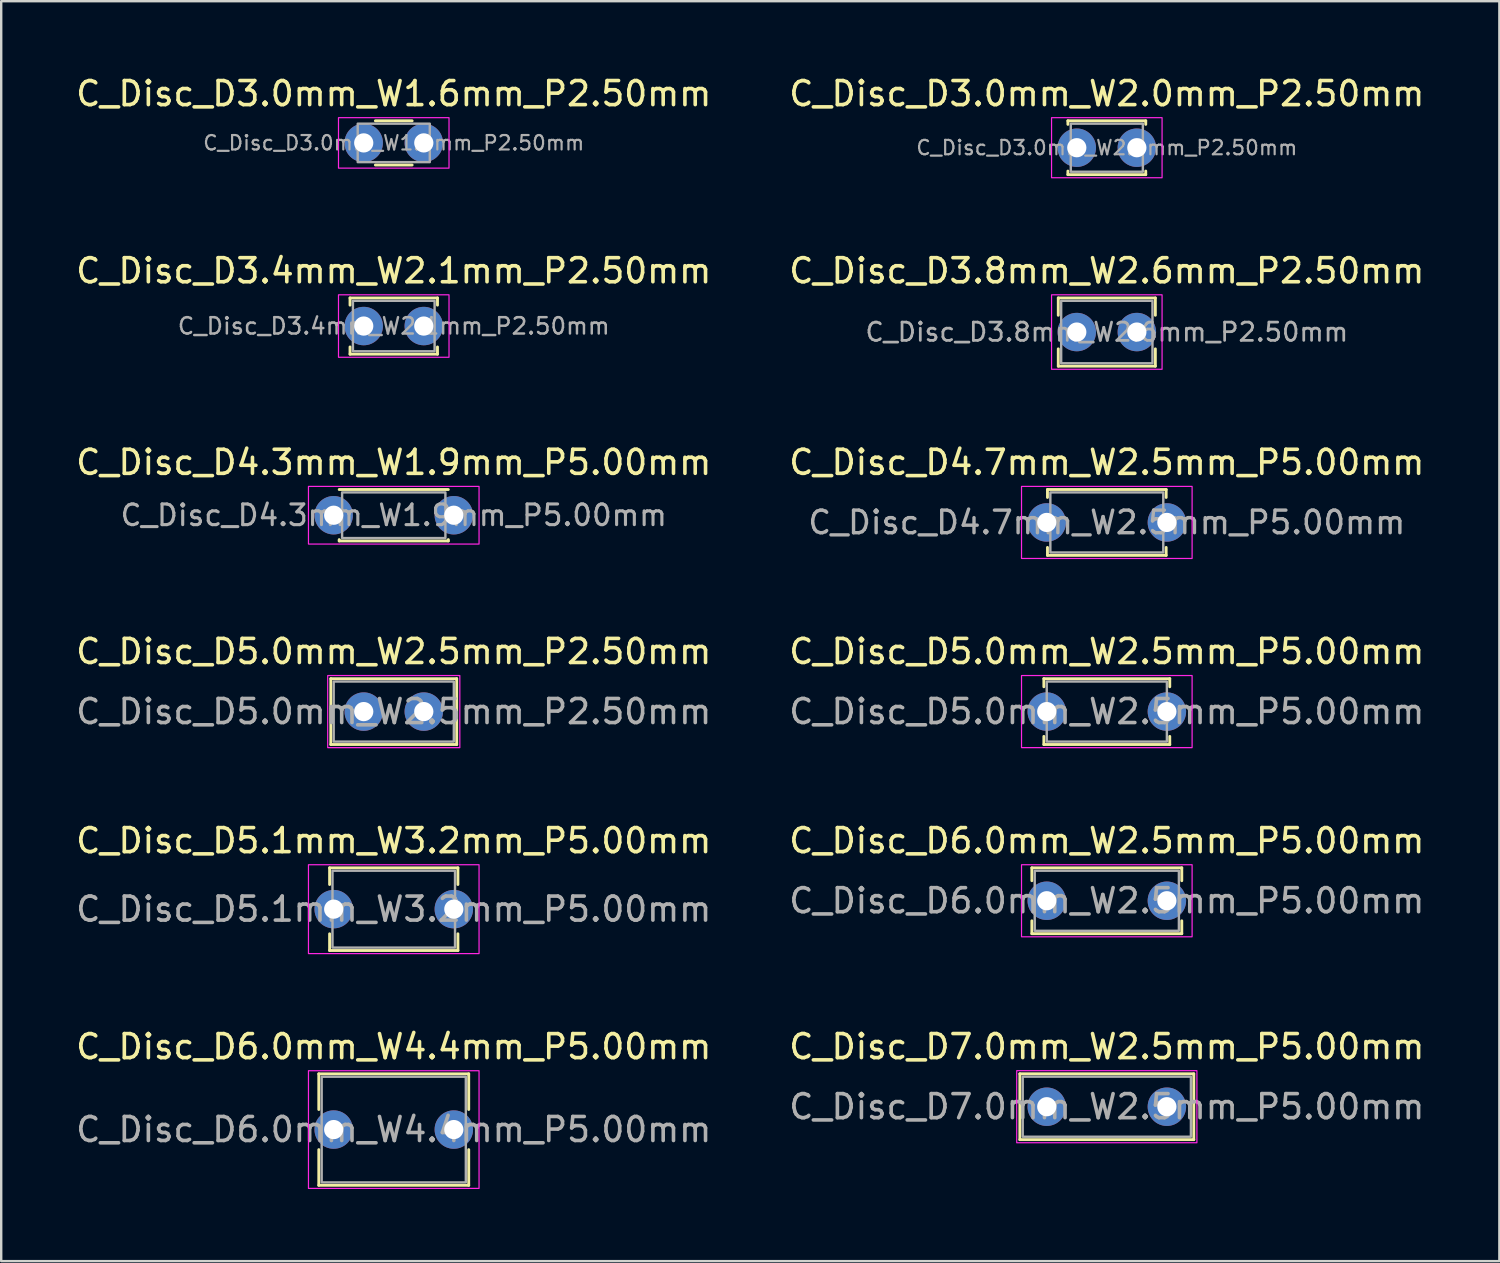
<source format=kicad_pcb>
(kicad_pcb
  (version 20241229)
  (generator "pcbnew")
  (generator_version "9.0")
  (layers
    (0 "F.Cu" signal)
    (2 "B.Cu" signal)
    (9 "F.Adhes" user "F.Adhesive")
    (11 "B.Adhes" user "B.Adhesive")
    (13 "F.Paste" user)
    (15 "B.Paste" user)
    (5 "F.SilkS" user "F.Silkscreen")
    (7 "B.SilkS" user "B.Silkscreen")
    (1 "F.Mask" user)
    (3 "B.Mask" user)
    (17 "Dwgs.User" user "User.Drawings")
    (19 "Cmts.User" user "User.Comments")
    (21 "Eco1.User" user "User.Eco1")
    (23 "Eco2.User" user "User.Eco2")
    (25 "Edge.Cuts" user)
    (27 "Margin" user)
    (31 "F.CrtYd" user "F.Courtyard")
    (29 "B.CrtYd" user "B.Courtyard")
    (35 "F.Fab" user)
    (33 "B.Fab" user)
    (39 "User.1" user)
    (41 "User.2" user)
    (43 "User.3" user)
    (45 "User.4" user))
  (footprint "C_Disc_D6.0mm_W4.4mm_P5.00mm"
    (layer "F.Cu")
    (at 10.839 43.965)
    (property "Reference" "C_Disc_D6.0mm_W4.4mm_P5.00mm" (at 2.5 -3.45 0) (layer "F.SilkS") (effects (font (size 1 1) (thickness 0.15))))
    (attr through_hole)
    (fp_line (start -0.62 -2.32) (end -0.62 -0.835) (stroke (width 0.12) (type solid)) (layer "F.SilkS"))
    (fp_line (start -0.62 -2.32) (end 5.62 -2.32) (stroke (width 0.12) (type solid)) (layer "F.SilkS"))
    (fp_line (start -0.62 0.835) (end -0.62 2.32) (stroke (width 0.12) (type solid)) (layer "F.SilkS"))
    (fp_line (start -0.62 2.32) (end 5.62 2.32) (stroke (width 0.12) (type solid)) (layer "F.SilkS"))
    (fp_line (start 5.62 -2.32) (end 5.62 -0.835) (stroke (width 0.12) (type solid)) (layer "F.SilkS"))
    (fp_line (start 5.62 0.835) (end 5.62 2.32) (stroke (width 0.12) (type solid)) (layer "F.SilkS"))
    (fp_rect (start -1.05 -2.45) (end 6.05 2.45) (stroke (width 0.05) (type solid)) (fill no) (layer "F.CrtYd"))
    (fp_rect (start -0.5 -2.2) (end 5.5 2.2) (stroke (width 0.1) (type solid)) (fill no) (layer "F.Fab"))
    (fp_text user "${REFERENCE}" (at 2.5 0 0) (layer "F.Fab") (effects (font (size 1 1) (thickness 0.15))))
    (pad "1" thru_hole circle (at 0 0) (size 1.6 1.6) (drill 0.8) (layers "*.Cu" "*.Mask"))
    (pad "2" thru_hole circle (at 5 0) (size 1.6 1.6) (drill 0.8) (layers "*.Cu" "*.Mask")))
  (footprint "C_Disc_D5.0mm_W2.5mm_P5.00mm"
    (layer "F.Cu")
    (at 40.518 26.568)
    (property "Reference" "C_Disc_D5.0mm_W2.5mm_P5.00mm" (at 2.5 -2.5 0) (layer "F.SilkS") (effects (font (size 1 1) (thickness 0.15))))
    (attr through_hole)
    (fp_line (start -0.12 -1.37) (end -0.12 -1.033) (stroke (width 0.12) (type solid)) (layer "F.SilkS"))
    (fp_line (start -0.12 -1.37) (end 5.12 -1.37) (stroke (width 0.12) (type solid)) (layer "F.SilkS"))
    (fp_line (start -0.12 1.033) (end -0.12 1.37) (stroke (width 0.12) (type solid)) (layer "F.SilkS"))
    (fp_line (start -0.12 1.37) (end 5.12 1.37) (stroke (width 0.12) (type solid)) (layer "F.SilkS"))
    (fp_line (start 5.12 -1.37) (end 5.12 -1.033) (stroke (width 0.12) (type solid)) (layer "F.SilkS"))
    (fp_line (start 5.12 1.033) (end 5.12 1.37) (stroke (width 0.12) (type solid)) (layer "F.SilkS"))
    (fp_rect (start -1.05 -1.5) (end 6.05 1.5) (stroke (width 0.05) (type solid)) (fill no) (layer "F.CrtYd"))
    (fp_rect (start 0 -1.25) (end 5 1.25) (stroke (width 0.1) (type solid)) (fill no) (layer "F.Fab"))
    (fp_text user "${REFERENCE}" (at 2.5 0 0) (layer "F.Fab") (effects (font (size 1 1) (thickness 0.15))))
    (pad "1" thru_hole circle (at 0 0) (size 1.6 1.6) (drill 0.8) (layers "*.Cu" "*.Mask"))
    (pad "2" thru_hole circle (at 5 0) (size 1.6 1.6) (drill 0.8) (layers "*.Cu" "*.Mask")))
  (footprint "C_Disc_D3.4mm_W2.1mm_P2.50mm"
    (layer "F.Cu")
    (at 12.089 10.521)
    (property "Reference" "C_Disc_D3.4mm_W2.1mm_P2.50mm" (at 1.25 -2.3 0) (layer "F.SilkS") (effects (font (size 1 1) (thickness 0.15))))
    (attr through_hole)
    (fp_line (start -0.57 -1.17) (end -0.57 -0.87) (stroke (width 0.12) (type solid)) (layer "F.SilkS"))
    (fp_line (start -0.57 -1.17) (end 3.07 -1.17) (stroke (width 0.12) (type solid)) (layer "F.SilkS"))
    (fp_line (start -0.57 0.87) (end -0.57 1.17) (stroke (width 0.12) (type solid)) (layer "F.SilkS"))
    (fp_line (start -0.57 1.17) (end 3.07 1.17) (stroke (width 0.12) (type solid)) (layer "F.SilkS"))
    (fp_line (start 3.07 -1.17) (end 3.07 -0.87) (stroke (width 0.12) (type solid)) (layer "F.SilkS"))
    (fp_line (start 3.07 0.87) (end 3.07 1.17) (stroke (width 0.12) (type solid)) (layer "F.SilkS"))
    (fp_rect (start -1.05 -1.3) (end 3.55 1.3) (stroke (width 0.05) (type solid)) (fill no) (layer "F.CrtYd"))
    (fp_rect (start -0.45 -1.05) (end 2.95 1.05) (stroke (width 0.1) (type solid)) (fill no) (layer "F.Fab"))
    (fp_text user "${REFERENCE}" (at 1.25 0 0) (layer "F.Fab") (effects (font (size 0.68 0.68) (thickness 0.102))))
    (pad "1" thru_hole circle (at 0 0) (size 1.6 1.6) (drill 0.8) (layers "*.Cu" "*.Mask"))
    (pad "2" thru_hole circle (at 2.5 0) (size 1.6 1.6) (drill 0.8) (layers "*.Cu" "*.Mask")))
  (footprint "C_Disc_D3.0mm_W1.6mm_P2.50mm"
    (layer "F.Cu")
    (at 12.089 2.898)
    (property "Reference" "C_Disc_D3.0mm_W1.6mm_P2.50mm" (at 1.25 -2.05 0) (layer "F.SilkS") (effects (font (size 1 1) (thickness 0.15))))
    (attr through_hole)
    (fp_line (start 0.485 -0.92) (end 2.015 -0.92) (stroke (width 0.12) (type solid)) (layer "F.SilkS"))
    (fp_line (start 0.485 0.92) (end 2.015 0.92) (stroke (width 0.12) (type solid)) (layer "F.SilkS"))
    (fp_rect (start -1.05 -1.05) (end 3.55 1.05) (stroke (width 0.05) (type solid)) (fill no) (layer "F.CrtYd"))
    (fp_rect (start -0.25 -0.8) (end 2.75 0.8) (stroke (width 0.1) (type solid)) (fill no) (layer "F.Fab"))
    (fp_text user "${REFERENCE}" (at 1.25 0 0) (layer "F.Fab") (effects (font (size 0.6 0.6) (thickness 0.09))))
    (pad "1" thru_hole circle (at 0 0) (size 1.6 1.6) (drill 0.8) (layers "*.Cu" "*.Mask"))
    (pad "2" thru_hole circle (at 2.5 0) (size 1.6 1.6) (drill 0.8) (layers "*.Cu" "*.Mask")))
  (footprint "C_Disc_D4.3mm_W1.9mm_P5.00mm"
    (layer "F.Cu")
    (at 10.839 18.395)
    (property "Reference" "C_Disc_D4.3mm_W1.9mm_P5.00mm" (at 2.5 -2.2 0) (layer "F.SilkS") (effects (font (size 1 1) (thickness 0.15))))
    (attr through_hole)
    (fp_line (start 0.23 -1.07) (end 4.77 -1.07) (stroke (width 0.12) (type solid)) (layer "F.SilkS"))
    (fp_line (start 0.23 1.014) (end 0.23 1.07) (stroke (width 0.12) (type solid)) (layer "F.SilkS"))
    (fp_line (start 0.23 1.07) (end 4.77 1.07) (stroke (width 0.12) (type solid)) (layer "F.SilkS"))
    (fp_line (start 4.77 1.014) (end 4.77 1.07) (stroke (width 0.12) (type solid)) (layer "F.SilkS"))
    (fp_rect (start -1.05 -1.2) (end 6.05 1.2) (stroke (width 0.05) (type solid)) (fill no) (layer "F.CrtYd"))
    (fp_rect (start 0.35 -0.95) (end 4.65 0.95) (stroke (width 0.1) (type solid)) (fill no) (layer "F.Fab"))
    (fp_text user "${REFERENCE}" (at 2.5 0 0) (layer "F.Fab") (effects (font (size 0.86 0.86) (thickness 0.129))))
    (pad "1" thru_hole circle (at 0 0) (size 1.6 1.6) (drill 0.8) (layers "*.Cu" "*.Mask"))
    (pad "2" thru_hole circle (at 5 0) (size 1.6 1.6) (drill 0.8) (layers "*.Cu" "*.Mask")))
  (footprint "C_Disc_D5.0mm_W2.5mm_P2.50mm"
    (layer "F.Cu")
    (at 12.089 26.568)
    (property "Reference" "C_Disc_D5.0mm_W2.5mm_P2.50mm" (at 1.25 -2.5 0) (layer "F.SilkS") (effects (font (size 1 1) (thickness 0.15))))
    (attr through_hole)
    (fp_line (start -1.37 -1.37) (end -1.37 1.37) (stroke (width 0.12) (type solid)) (layer "F.SilkS"))
    (fp_line (start -1.37 -1.37) (end 3.87 -1.37) (stroke (width 0.12) (type solid)) (layer "F.SilkS"))
    (fp_line (start -1.37 1.37) (end 3.87 1.37) (stroke (width 0.12) (type solid)) (layer "F.SilkS"))
    (fp_line (start 3.87 -1.37) (end 3.87 1.37) (stroke (width 0.12) (type solid)) (layer "F.SilkS"))
    (fp_rect (start -1.5 -1.5) (end 4 1.5) (stroke (width 0.05) (type solid)) (fill no) (layer "F.CrtYd"))
    (fp_rect (start -1.25 -1.25) (end 3.75 1.25) (stroke (width 0.1) (type solid)) (fill no) (layer "F.Fab"))
    (fp_text user "${REFERENCE}" (at 1.25 0 0) (layer "F.Fab") (effects (font (size 1 1) (thickness 0.15))))
    (pad "1" thru_hole circle (at 0 0) (size 1.6 1.6) (drill 0.8) (layers "*.Cu" "*.Mask"))
    (pad "2" thru_hole circle (at 2.5 0) (size 1.6 1.6) (drill 0.8) (layers "*.Cu" "*.Mask")))
  (footprint "C_Disc_D5.1mm_W3.2mm_P5.00mm"
    (layer "F.Cu")
    (at 10.839 34.791)
    (property "Reference" "C_Disc_D5.1mm_W3.2mm_P5.00mm" (at 2.5 -2.85 0) (layer "F.SilkS") (effects (font (size 1 1) (thickness 0.15))))
    (attr through_hole)
    (fp_line (start -0.17 -1.72) (end -0.17 -1.026) (stroke (width 0.12) (type solid)) (layer "F.SilkS"))
    (fp_line (start -0.17 -1.72) (end 5.17 -1.72) (stroke (width 0.12) (type solid)) (layer "F.SilkS"))
    (fp_line (start -0.17 1.026) (end -0.17 1.72) (stroke (width 0.12) (type solid)) (layer "F.SilkS"))
    (fp_line (start -0.17 1.72) (end 5.17 1.72) (stroke (width 0.12) (type solid)) (layer "F.SilkS"))
    (fp_line (start 5.17 -1.72) (end 5.17 -1.026) (stroke (width 0.12) (type solid)) (layer "F.SilkS"))
    (fp_line (start 5.17 1.026) (end 5.17 1.72) (stroke (width 0.12) (type solid)) (layer "F.SilkS"))
    (fp_rect (start -1.05 -1.85) (end 6.05 1.85) (stroke (width 0.05) (type solid)) (fill no) (layer "F.CrtYd"))
    (fp_rect (start -0.05 -1.6) (end 5.05 1.6) (stroke (width 0.1) (type solid)) (fill no) (layer "F.Fab"))
    (fp_text user "${REFERENCE}" (at 2.5 0 0) (layer "F.Fab") (effects (font (size 1 1) (thickness 0.15))))
    (pad "1" thru_hole circle (at 0 0) (size 1.6 1.6) (drill 0.8) (layers "*.Cu" "*.Mask"))
    (pad "2" thru_hole circle (at 5 0) (size 1.6 1.6) (drill 0.8) (layers "*.Cu" "*.Mask")))
  (footprint "C_Disc_D6.0mm_W2.5mm_P5.00mm"
    (layer "F.Cu")
    (at 40.518 34.441)
    (property "Reference" "C_Disc_D6.0mm_W2.5mm_P5.00mm" (at 2.5 -2.5 0) (layer "F.SilkS") (effects (font (size 1 1) (thickness 0.15))))
    (attr through_hole)
    (fp_line (start -0.62 -1.37) (end -0.62 -0.835) (stroke (width 0.12) (type solid)) (layer "F.SilkS"))
    (fp_line (start -0.62 -1.37) (end 5.62 -1.37) (stroke (width 0.12) (type solid)) (layer "F.SilkS"))
    (fp_line (start -0.62 0.835) (end -0.62 1.37) (stroke (width 0.12) (type solid)) (layer "F.SilkS"))
    (fp_line (start -0.62 1.37) (end 5.62 1.37) (stroke (width 0.12) (type solid)) (layer "F.SilkS"))
    (fp_line (start 5.62 -1.37) (end 5.62 -0.835) (stroke (width 0.12) (type solid)) (layer "F.SilkS"))
    (fp_line (start 5.62 0.835) (end 5.62 1.37) (stroke (width 0.12) (type solid)) (layer "F.SilkS"))
    (fp_rect (start -1.05 -1.5) (end 6.05 1.5) (stroke (width 0.05) (type solid)) (fill no) (layer "F.CrtYd"))
    (fp_rect (start -0.5 -1.25) (end 5.5 1.25) (stroke (width 0.1) (type solid)) (fill no) (layer "F.Fab"))
    (fp_text user "${REFERENCE}" (at 2.5 0 0) (layer "F.Fab") (effects (font (size 1 1) (thickness 0.15))))
    (pad "1" thru_hole circle (at 0 0) (size 1.6 1.6) (drill 0.8) (layers "*.Cu" "*.Mask"))
    (pad "2" thru_hole circle (at 5 0) (size 1.6 1.6) (drill 0.8) (layers "*.Cu" "*.Mask")))
  (footprint "C_Disc_D3.0mm_W2.0mm_P2.50mm"
    (layer "F.Cu")
    (at 41.768 3.098)
    (property "Reference" "C_Disc_D3.0mm_W2.0mm_P2.50mm" (at 1.25 -2.25 0) (layer "F.SilkS") (effects (font (size 1 1) (thickness 0.15))))
    (attr through_hole)
    (fp_line (start -0.37 -1.12) (end -0.37 -0.972) (stroke (width 0.12) (type solid)) (layer "F.SilkS"))
    (fp_line (start -0.37 -1.12) (end 2.87 -1.12) (stroke (width 0.12) (type solid)) (layer "F.SilkS"))
    (fp_line (start -0.37 0.972) (end -0.37 1.12) (stroke (width 0.12) (type solid)) (layer "F.SilkS"))
    (fp_line (start -0.37 1.12) (end 2.87 1.12) (stroke (width 0.12) (type solid)) (layer "F.SilkS"))
    (fp_line (start 2.87 -1.12) (end 2.87 -0.972) (stroke (width 0.12) (type solid)) (layer "F.SilkS"))
    (fp_line (start 2.87 0.972) (end 2.87 1.12) (stroke (width 0.12) (type solid)) (layer "F.SilkS"))
    (fp_rect (start -1.05 -1.25) (end 3.55 1.25) (stroke (width 0.05) (type solid)) (fill no) (layer "F.CrtYd"))
    (fp_rect (start -0.25 -1) (end 2.75 1) (stroke (width 0.1) (type solid)) (fill no) (layer "F.Fab"))
    (fp_text user "${REFERENCE}" (at 1.25 0 0) (layer "F.Fab") (effects (font (size 0.6 0.6) (thickness 0.09))))
    (pad "1" thru_hole circle (at 0 0) (size 1.6 1.6) (drill 0.8) (layers "*.Cu" "*.Mask"))
    (pad "2" thru_hole circle (at 2.5 0) (size 1.6 1.6) (drill 0.8) (layers "*.Cu" "*.Mask")))
  (footprint "C_Disc_D3.8mm_W2.6mm_P2.50mm"
    (layer "F.Cu")
    (at 41.768 10.771)
    (property "Reference" "C_Disc_D3.8mm_W2.6mm_P2.50mm" (at 1.25 -2.55 0) (layer "F.SilkS") (effects (font (size 1 1) (thickness 0.15))))
    (attr through_hole)
    (fp_line (start -0.77 -1.42) (end -0.77 -0.699) (stroke (width 0.12) (type solid)) (layer "F.SilkS"))
    (fp_line (start -0.77 -1.42) (end 3.27 -1.42) (stroke (width 0.12) (type solid)) (layer "F.SilkS"))
    (fp_line (start -0.77 0.699) (end -0.77 1.42) (stroke (width 0.12) (type solid)) (layer "F.SilkS"))
    (fp_line (start -0.77 1.42) (end 3.27 1.42) (stroke (width 0.12) (type solid)) (layer "F.SilkS"))
    (fp_line (start 3.27 -1.42) (end 3.27 -0.699) (stroke (width 0.12) (type solid)) (layer "F.SilkS"))
    (fp_line (start 3.27 0.699) (end 3.27 1.42) (stroke (width 0.12) (type solid)) (layer "F.SilkS"))
    (fp_rect (start -1.05 -1.55) (end 3.55 1.55) (stroke (width 0.05) (type solid)) (fill no) (layer "F.CrtYd"))
    (fp_rect (start -0.65 -1.3) (end 3.15 1.3) (stroke (width 0.1) (type solid)) (fill no) (layer "F.Fab"))
    (fp_text user "${REFERENCE}" (at 1.25 0 0) (layer "F.Fab") (effects (font (size 0.76 0.76) (thickness 0.114))))
    (pad "1" thru_hole circle (at 0 0) (size 1.6 1.6) (drill 0.8) (layers "*.Cu" "*.Mask"))
    (pad "2" thru_hole circle (at 2.5 0) (size 1.6 1.6) (drill 0.8) (layers "*.Cu" "*.Mask")))
  (footprint "C_Disc_D4.7mm_W2.5mm_P5.00mm"
    (layer "F.Cu")
    (at 40.518 18.695)
    (property "Reference" "C_Disc_D4.7mm_W2.5mm_P5.00mm" (at 2.5 -2.5 0) (layer "F.SilkS") (effects (font (size 1 1) (thickness 0.15))))
    (attr through_hole)
    (fp_line (start 0.03 -1.37) (end 0.03 -1.04) (stroke (width 0.12) (type solid)) (layer "F.SilkS"))
    (fp_line (start 0.03 -1.37) (end 4.97 -1.37) (stroke (width 0.12) (type solid)) (layer "F.SilkS"))
    (fp_line (start 0.03 1.04) (end 0.03 1.37) (stroke (width 0.12) (type solid)) (layer "F.SilkS"))
    (fp_line (start 0.03 1.37) (end 4.97 1.37) (stroke (width 0.12) (type solid)) (layer "F.SilkS"))
    (fp_line (start 4.97 -1.37) (end 4.97 -1.04) (stroke (width 0.12) (type solid)) (layer "F.SilkS"))
    (fp_line (start 4.97 1.04) (end 4.97 1.37) (stroke (width 0.12) (type solid)) (layer "F.SilkS"))
    (fp_rect (start -1.05 -1.5) (end 6.05 1.5) (stroke (width 0.05) (type solid)) (fill no) (layer "F.CrtYd"))
    (fp_rect (start 0.15 -1.25) (end 4.85 1.25) (stroke (width 0.1) (type solid)) (fill no) (layer "F.Fab"))
    (fp_text user "${REFERENCE}" (at 2.5 0 0) (layer "F.Fab") (effects (font (size 0.94 0.94) (thickness 0.141))))
    (pad "1" thru_hole circle (at 0 0) (size 1.6 1.6) (drill 0.8) (layers "*.Cu" "*.Mask"))
    (pad "2" thru_hole circle (at 5 0) (size 1.6 1.6) (drill 0.8) (layers "*.Cu" "*.Mask")))
  (footprint "C_Disc_D7.0mm_W2.5mm_P5.00mm"
    (layer "F.Cu")
    (at 40.518 43.014)
    (property "Reference" "C_Disc_D7.0mm_W2.5mm_P5.00mm" (at 2.5 -2.5 0) (layer "F.SilkS") (effects (font (size 1 1) (thickness 0.15))))
    (attr through_hole)
    (fp_line (start -1.12 -1.37) (end -1.12 1.37) (stroke (width 0.12) (type solid)) (layer "F.SilkS"))
    (fp_line (start -1.12 -1.37) (end 6.12 -1.37) (stroke (width 0.12) (type solid)) (layer "F.SilkS"))
    (fp_line (start -1.12 1.37) (end 6.12 1.37) (stroke (width 0.12) (type solid)) (layer "F.SilkS"))
    (fp_line (start 6.12 -1.37) (end 6.12 1.37) (stroke (width 0.12) (type solid)) (layer "F.SilkS"))
    (fp_rect (start -1.25 -1.5) (end 6.25 1.5) (stroke (width 0.05) (type solid)) (fill no) (layer "F.CrtYd"))
    (fp_rect (start -1 -1.25) (end 6 1.25) (stroke (width 0.1) (type solid)) (fill no) (layer "F.Fab"))
    (fp_text user "${REFERENCE}" (at 2.5 0 0) (layer "F.Fab") (effects (font (size 1 1) (thickness 0.15))))
    (pad "1" thru_hole circle (at 0 0) (size 1.6 1.6) (drill 0.8) (layers "*.Cu" "*.Mask"))
    (pad "2" thru_hole circle (at 5 0) (size 1.6 1.6) (drill 0.8) (layers "*.Cu" "*.Mask")))
  (gr_rect
    (start -3 -3)
    (end 59.357 49.44)
    (stroke (width 0.1) (type default))
    (fill no)
    (layer "Edge.Cuts")))
</source>
